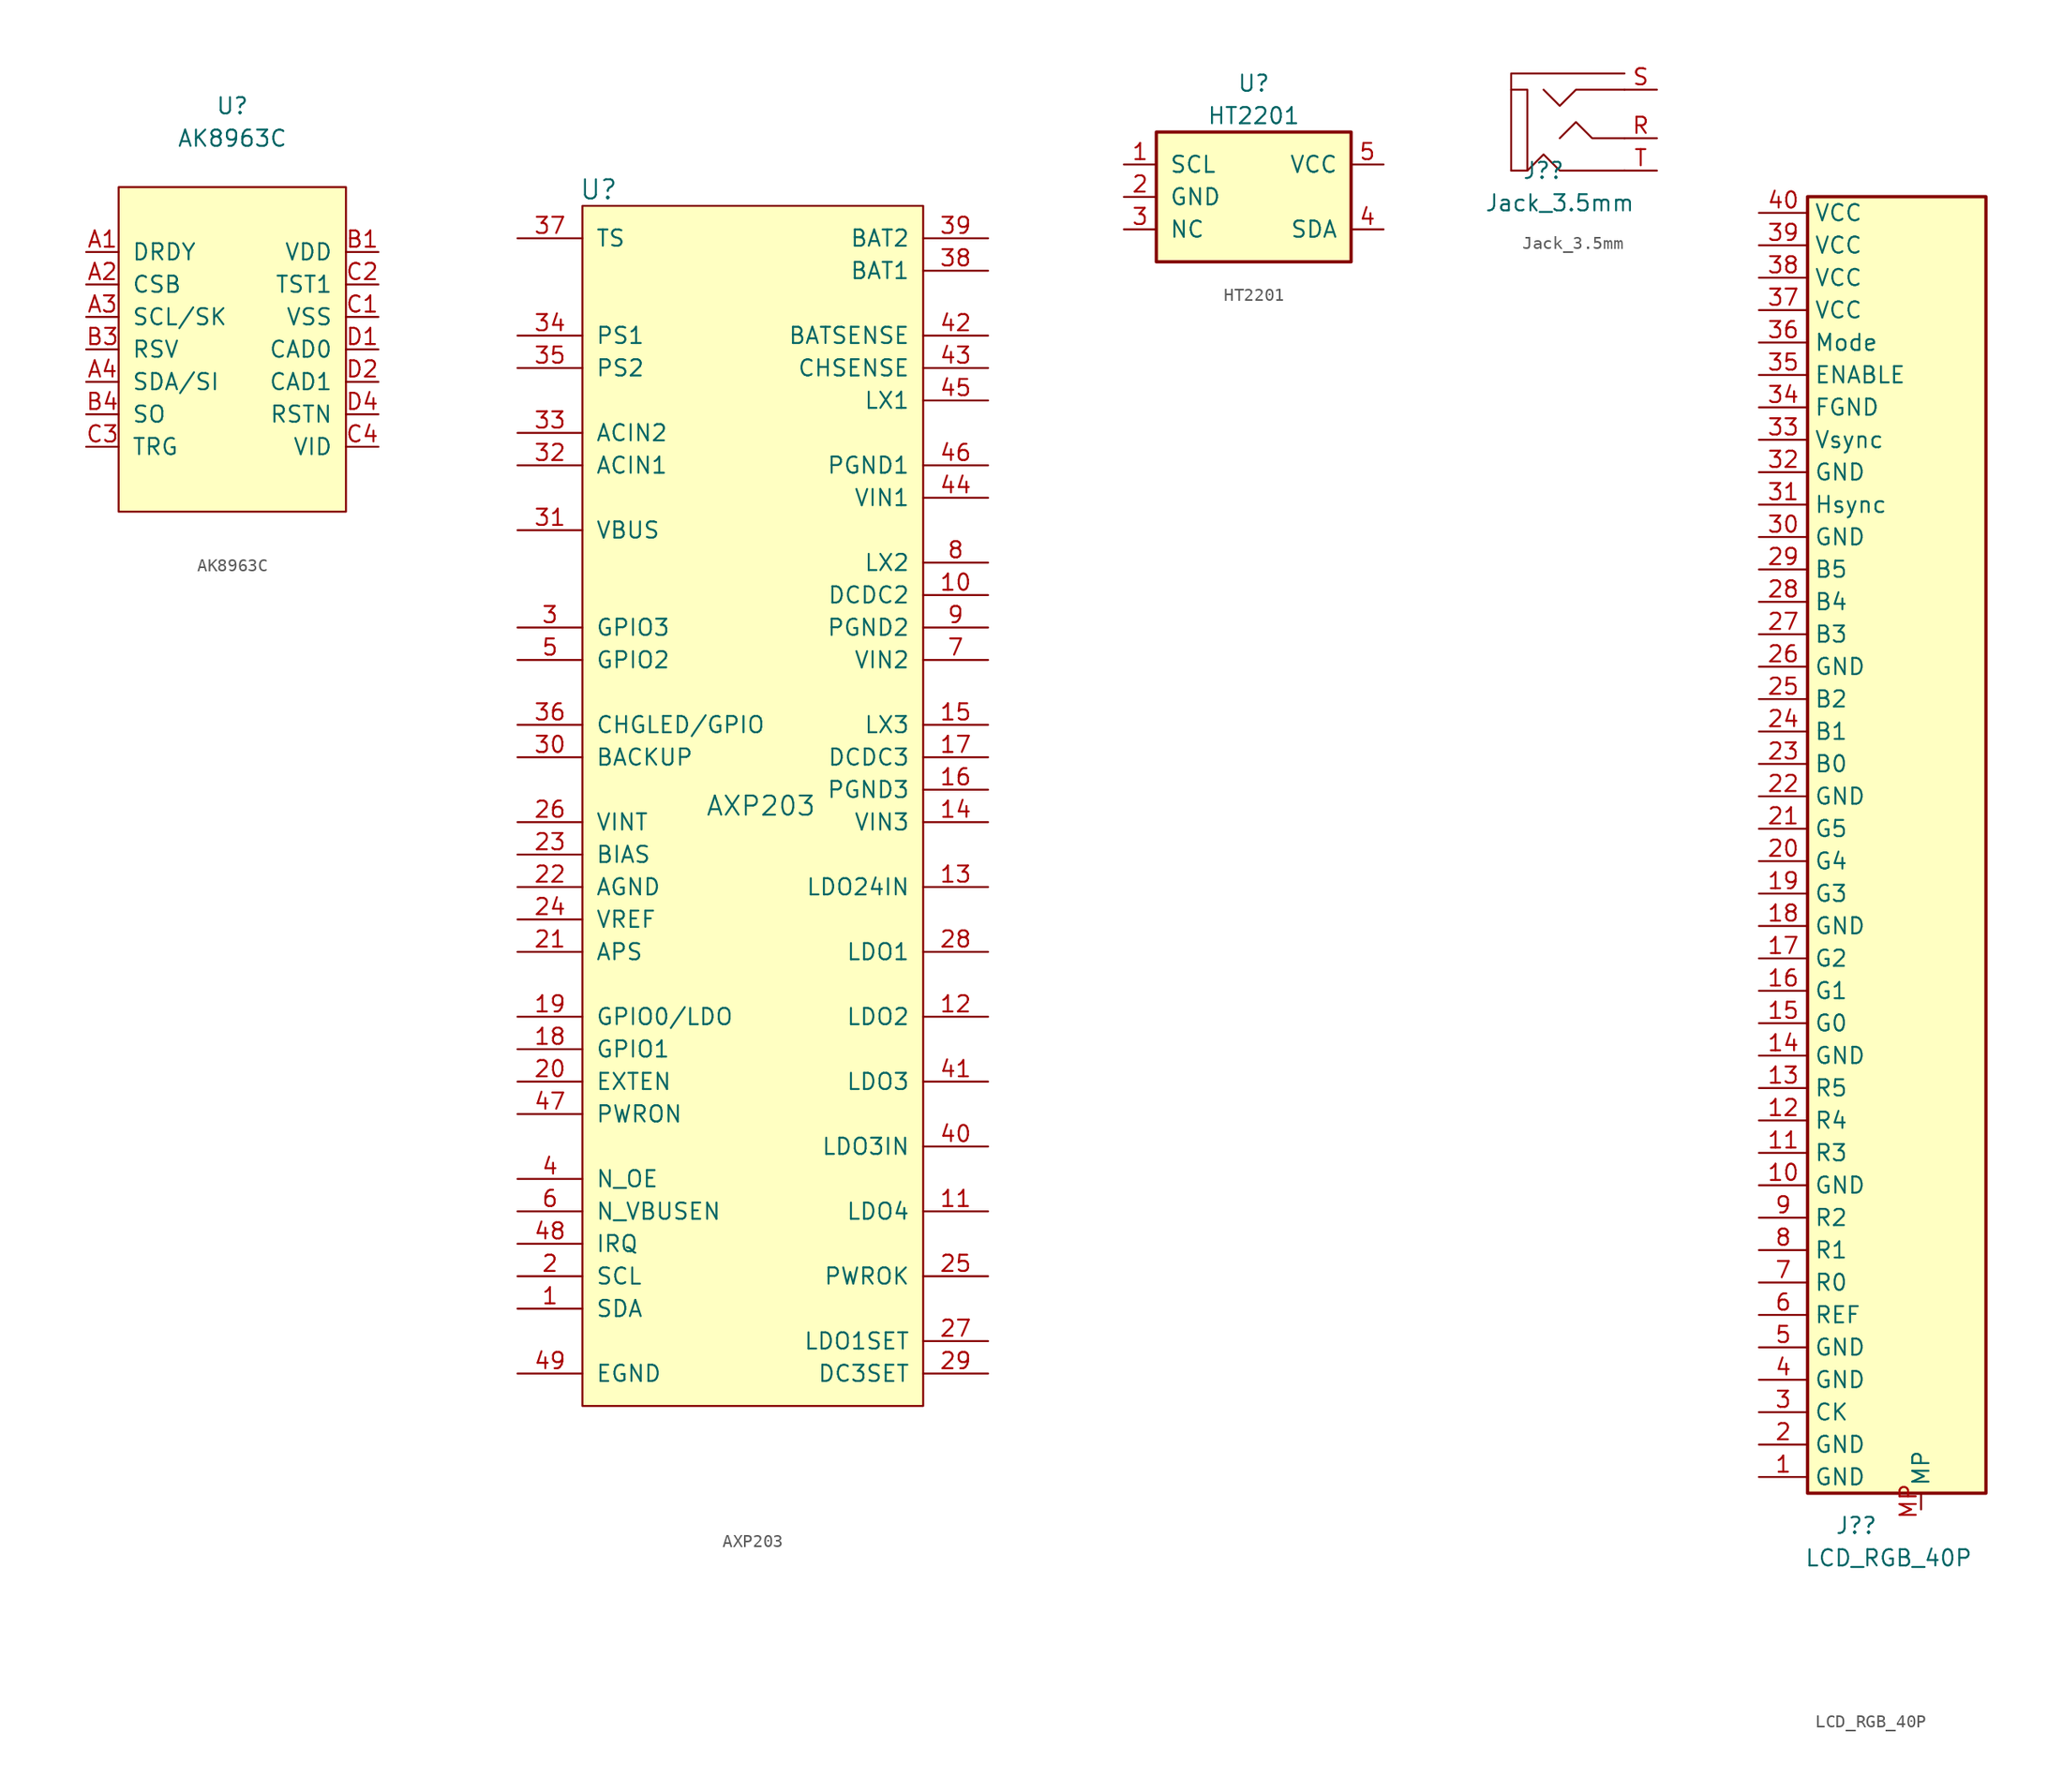
<source format=kicad_sym>
(kicad_symbol_lib
  (version 20201005)
  (generator kicad_symbol_editor)
  (symbol "xfdr0805:AK8963C"
    (pin_names
      (offset 1.016))
    (property "Reference" "U"
      (at 0 19.05 0)
      (effects (font (size 1.27 1.27))))
    (property "Value" "AK8963C"
      (at 0 16.51 0)
      (effects (font (size 1.27 1.27))))
    (symbol "AK8963C_0_1"
      (rectangle (start -8.89 12.7) (end 8.89 -12.7) (stroke (width 0)) (fill (type background))))
    (symbol "AK8963C_1_1"
      (pin input line (at -11.43 7.62 0) (length 2.54) (name "DRDY" (effects (font (size 1.27 1.27)))) (number "A1" (effects (font (size 1.27 1.27)))))
      (pin input line (at -11.43 5.08 0) (length 2.54) (name "CSB" (effects (font (size 1.27 1.27)))) (number "A2" (effects (font (size 1.27 1.27)))))
      (pin input line (at -11.43 2.54 0) (length 2.54) (name "SCL/SK" (effects (font (size 1.27 1.27)))) (number "A3" (effects (font (size 1.27 1.27)))))
      (pin input line (at -11.43 -2.54 0) (length 2.54) (name "SDA/SI" (effects (font (size 1.27 1.27)))) (number "A4" (effects (font (size 1.27 1.27)))))
      (pin input line (at 11.43 7.62 180) (length 2.54) (name "VDD" (effects (font (size 1.27 1.27)))) (number "B1" (effects (font (size 1.27 1.27)))))
      (pin input line (at -11.43 0 0) (length 2.54) (name "RSV" (effects (font (size 1.27 1.27)))) (number "B3" (effects (font (size 1.27 1.27)))))
      (pin input line (at -11.43 -5.08 0) (length 2.54) (name "SO" (effects (font (size 1.27 1.27)))) (number "B4" (effects (font (size 1.27 1.27)))))
      (pin input line (at 11.43 2.54 180) (length 2.54) (name "VSS" (effects (font (size 1.27 1.27)))) (number "C1" (effects (font (size 1.27 1.27)))))
      (pin input line (at 11.43 5.08 180) (length 2.54) (name "TST1" (effects (font (size 1.27 1.27)))) (number "C2" (effects (font (size 1.27 1.27)))))
      (pin input line (at -11.43 -7.62 0) (length 2.54) (name "TRG" (effects (font (size 1.27 1.27)))) (number "C3" (effects (font (size 1.27 1.27)))))
      (pin input line (at 11.43 -7.62 180) (length 2.54) (name "VID" (effects (font (size 1.27 1.27)))) (number "C4" (effects (font (size 1.27 1.27)))))
      (pin input line (at 11.43 0 180) (length 2.54) (name "CAD0" (effects (font (size 1.27 1.27)))) (number "D1" (effects (font (size 1.27 1.27)))))
      (pin input line (at 11.43 -2.54 180) (length 2.54) (name "CAD1" (effects (font (size 1.27 1.27)))) (number "D2" (effects (font (size 1.27 1.27)))))
      (pin input line (at 11.43 -5.08 180) (length 2.54) (name "RSTN" (effects (font (size 1.27 1.27)))) (number "D4" (effects (font (size 1.27 1.27)))))))
  (symbol "xfdr0805:AXP203"
    (pin_names
      (offset 1.016))
    (property "Reference" "U"
      (at -12.7 46.99 0)
      (effects (font (size 1.499 1.499))))
    (property "Value" "AXP203"
      (at 0 -1.27 0)
      (effects (font (size 1.499 1.499))))
    (symbol "AXP203_0_1"
      (rectangle (start -13.97 45.72) (end 12.7 -48.26) (stroke (width 0)) (fill (type background))))
    (symbol "AXP203_1_0"
      (pin bidirectional line (at -19.05 -40.64 0) (length 5.08) (name "SDA" (effects (font (size 1.27 1.27)))) (number "1" (effects (font (size 1.27 1.27)))))
      (pin power_in line (at 17.78 15.24 180) (length 5.08) (name "DCDC2" (effects (font (size 1.27 1.27)))) (number "10" (effects (font (size 1.27 1.27)))))
      (pin power_out line (at 17.78 -33.02 180) (length 5.08) (name "LDO4" (effects (font (size 1.27 1.27)))) (number "11" (effects (font (size 1.27 1.27)))))
      (pin power_out line (at 17.78 -17.78 180) (length 5.08) (name "LDO2" (effects (font (size 1.27 1.27)))) (number "12" (effects (font (size 1.27 1.27)))))
      (pin power_in line (at 17.78 -7.62 180) (length 5.08) (name "LDO24IN" (effects (font (size 1.27 1.27)))) (number "13" (effects (font (size 1.27 1.27)))))
      (pin power_in line (at 17.78 -2.54 180) (length 5.08) (name "VIN3" (effects (font (size 1.27 1.27)))) (number "14" (effects (font (size 1.27 1.27)))))
      (pin power_in line (at 17.78 5.08 180) (length 5.08) (name "LX3" (effects (font (size 1.27 1.27)))) (number "15" (effects (font (size 1.27 1.27)))))
      (pin power_in line (at 17.78 0 180) (length 5.08) (name "PGND3" (effects (font (size 1.27 1.27)))) (number "16" (effects (font (size 1.27 1.27)))))
      (pin power_in line (at 17.78 2.54 180) (length 5.08) (name "DCDC3" (effects (font (size 1.27 1.27)))) (number "17" (effects (font (size 1.27 1.27)))))
      (pin bidirectional line (at -19.05 -20.32 0) (length 5.08) (name "GPIO1" (effects (font (size 1.27 1.27)))) (number "18" (effects (font (size 1.27 1.27)))))
      (pin bidirectional line (at -19.05 -17.78 0) (length 5.08) (name "GPIO0/LDO" (effects (font (size 1.27 1.27)))) (number "19" (effects (font (size 1.27 1.27)))))
      (pin input line (at -19.05 -38.1 0) (length 5.08) (name "SCL" (effects (font (size 1.27 1.27)))) (number "2" (effects (font (size 1.27 1.27)))))
      (pin input line (at -19.05 -22.86 0) (length 5.08) (name "EXTEN" (effects (font (size 1.27 1.27)))) (number "20" (effects (font (size 1.27 1.27)))))
      (pin unspecified line (at -19.05 -12.7 0) (length 5.08) (name "APS" (effects (font (size 1.27 1.27)))) (number "21" (effects (font (size 1.27 1.27)))))
      (pin power_in line (at -19.05 -7.62 0) (length 5.08) (name "AGND" (effects (font (size 1.27 1.27)))) (number "22" (effects (font (size 1.27 1.27)))))
      (pin unspecified line (at -19.05 -5.08 0) (length 5.08) (name "BIAS" (effects (font (size 1.27 1.27)))) (number "23" (effects (font (size 1.27 1.27)))))
      (pin unspecified line (at -19.05 -10.16 0) (length 5.08) (name "VREF" (effects (font (size 1.27 1.27)))) (number "24" (effects (font (size 1.27 1.27)))))
      (pin output line (at 17.78 -38.1 180) (length 5.08) (name "PWROK" (effects (font (size 1.27 1.27)))) (number "25" (effects (font (size 1.27 1.27)))))
      (pin unspecified line (at -19.05 -2.54 0) (length 5.08) (name "VINT" (effects (font (size 1.27 1.27)))) (number "26" (effects (font (size 1.27 1.27)))))
      (pin input line (at 17.78 -43.18 180) (length 5.08) (name "LDO1SET" (effects (font (size 1.27 1.27)))) (number "27" (effects (font (size 1.27 1.27)))))
      (pin power_out line (at 17.78 -12.7 180) (length 5.08) (name "LDO1" (effects (font (size 1.27 1.27)))) (number "28" (effects (font (size 1.27 1.27)))))
      (pin input line (at 17.78 -45.72 180) (length 5.08) (name "DC3SET" (effects (font (size 1.27 1.27)))) (number "29" (effects (font (size 1.27 1.27)))))
      (pin bidirectional line (at -19.05 12.7 0) (length 5.08) (name "GPIO3" (effects (font (size 1.27 1.27)))) (number "3" (effects (font (size 1.27 1.27)))))
      (pin unspecified line (at -19.05 2.54 0) (length 5.08) (name "BACKUP" (effects (font (size 1.27 1.27)))) (number "30" (effects (font (size 1.27 1.27)))))
      (pin power_in line (at -19.05 20.32 0) (length 5.08) (name "VBUS" (effects (font (size 1.27 1.27)))) (number "31" (effects (font (size 1.27 1.27)))))
      (pin bidirectional line (at -19.05 5.08 0) (length 5.08) (name "CHGLED/GPIO" (effects (font (size 1.27 1.27)))) (number "36" (effects (font (size 1.27 1.27)))))
      (pin power_in line (at 17.78 40.64 180) (length 5.08) (name "BAT1" (effects (font (size 1.27 1.27)))) (number "38" (effects (font (size 1.27 1.27)))))
      (pin power_in line (at 17.78 43.18 180) (length 5.08) (name "BAT2" (effects (font (size 1.27 1.27)))) (number "39" (effects (font (size 1.27 1.27)))))
      (pin output line (at -19.05 -30.48 0) (length 5.08) (name "N_OE" (effects (font (size 1.27 1.27)))) (number "4" (effects (font (size 1.27 1.27)))))
      (pin power_in line (at 17.78 -27.94 180) (length 5.08) (name "LDO3IN" (effects (font (size 1.27 1.27)))) (number "40" (effects (font (size 1.27 1.27)))))
      (pin power_out line (at 17.78 -22.86 180) (length 5.08) (name "LDO3" (effects (font (size 1.27 1.27)))) (number "41" (effects (font (size 1.27 1.27)))))
      (pin input line (at 17.78 35.56 180) (length 5.08) (name "BATSENSE" (effects (font (size 1.27 1.27)))) (number "42" (effects (font (size 1.27 1.27)))))
      (pin input line (at 17.78 33.02 180) (length 5.08) (name "CHSENSE" (effects (font (size 1.27 1.27)))) (number "43" (effects (font (size 1.27 1.27)))))
      (pin power_in line (at 17.78 22.86 180) (length 5.08) (name "VIN1" (effects (font (size 1.27 1.27)))) (number "44" (effects (font (size 1.27 1.27)))))
      (pin power_in line (at 17.78 30.48 180) (length 5.08) (name "LX1" (effects (font (size 1.27 1.27)))) (number "45" (effects (font (size 1.27 1.27)))))
      (pin power_in line (at 17.78 25.4 180) (length 5.08) (name "PGND1" (effects (font (size 1.27 1.27)))) (number "46" (effects (font (size 1.27 1.27)))))
      (pin input line (at -19.05 -25.4 0) (length 5.08) (name "PWRON" (effects (font (size 1.27 1.27)))) (number "47" (effects (font (size 1.27 1.27)))))
      (pin output line (at -19.05 -35.56 0) (length 5.08) (name "IRQ" (effects (font (size 1.27 1.27)))) (number "48" (effects (font (size 1.27 1.27)))))
      (pin power_in line (at -19.05 -45.72 0) (length 5.08) (name "EGND" (effects (font (size 1.27 1.27)))) (number "49" (effects (font (size 1.27 1.27)))))
      (pin bidirectional line (at -19.05 10.16 0) (length 5.08) (name "GPIO2" (effects (font (size 1.27 1.27)))) (number "5" (effects (font (size 1.27 1.27)))))
      (pin output line (at -19.05 -33.02 0) (length 5.08) (name "N_VBUSEN" (effects (font (size 1.27 1.27)))) (number "6" (effects (font (size 1.27 1.27)))))
      (pin power_in line (at 17.78 10.16 180) (length 5.08) (name "VIN2" (effects (font (size 1.27 1.27)))) (number "7" (effects (font (size 1.27 1.27)))))
      (pin power_in line (at 17.78 17.78 180) (length 5.08) (name "LX2" (effects (font (size 1.27 1.27)))) (number "8" (effects (font (size 1.27 1.27)))))
      (pin power_in line (at 17.78 12.7 180) (length 5.08) (name "PGND2" (effects (font (size 1.27 1.27)))) (number "9" (effects (font (size 1.27 1.27))))))
    (symbol "AXP203_1_1"
      (pin power_in line (at -19.05 25.4 0) (length 5.08) (name "ACIN1" (effects (font (size 1.27 1.27)))) (number "32" (effects (font (size 1.27 1.27)))))
      (pin power_in line (at -19.05 27.94 0) (length 5.08) (name "ACIN2" (effects (font (size 1.27 1.27)))) (number "33" (effects (font (size 1.27 1.27)))))
      (pin unspecified line (at -19.05 35.56 0) (length 5.08) (name "PS1" (effects (font (size 1.27 1.27)))) (number "34" (effects (font (size 1.27 1.27)))))
      (pin unspecified line (at -19.05 33.02 0) (length 5.08) (name "PS2" (effects (font (size 1.27 1.27)))) (number "35" (effects (font (size 1.27 1.27)))))
      (pin input line (at -19.05 43.18 0) (length 5.08) (name "TS" (effects (font (size 1.27 1.27)))) (number "37" (effects (font (size 1.27 1.27)))))))
  (symbol "xfdr0805:HT2201"
    (pin_names
      (offset 1.016))
    (property "Reference" "U"
      (at 0 8.89 0)
      (effects (font (size 1.27 1.27))))
    (property "Value" "HT2201"
      (at 0 6.35 0)
      (effects (font (size 1.27 1.27))))
    (symbol "HT2201_1_1"
      (rectangle (start -7.62 5.08) (end 7.62 -5.08) (stroke (width 0.254)) (fill (type background)))
      (pin input line (at -10.16 2.54 0) (length 2.54) (name "SCL" (effects (font (size 1.27 1.27)))) (number "1" (effects (font (size 1.27 1.27)))))
      (pin power_in line (at -10.16 0 0) (length 2.54) (name "GND" (effects (font (size 1.27 1.27)))) (number "2" (effects (font (size 1.27 1.27)))))
      (pin passive line (at -10.16 -2.54 0) (length 2.54) (name "NC" (effects (font (size 1.27 1.27)))) (number "3" (effects (font (size 1.27 1.27)))))
      (pin bidirectional line (at 10.16 -2.54 180) (length 2.54) (name "SDA" (effects (font (size 1.27 1.27)))) (number "4" (effects (font (size 1.27 1.27)))))
      (pin power_in line (at 10.16 2.54 180) (length 2.54) (name "VCC" (effects (font (size 1.27 1.27)))) (number "5" (effects (font (size 1.27 1.27)))))))
  (symbol "xfdr0805:Jack_3.5mm"
    (property "Reference" "J?"
      (at 2.54 -2.54 0)
      (effects (font (size 1.27 1.27))))
    (property "Value" "Jack_3.5mm"
      (at 3.81 -5.08 0)
      (effects (font (size 1.27 1.27))))
    (symbol "Jack_3.5mm_0_1"
      (polyline (pts (xy 0 -2.54) (xy 0 5.08) (xy 8.89 5.08)) (stroke (width 0.152)) (fill (type none)))
      (polyline (pts (xy 0 -2.54) (xy 1.27 -2.54) (xy 1.27 3.81) (xy 0 3.81)) (stroke (width 0.152)) (fill (type none)))
      (polyline (pts (xy 1.27 -2.54) (xy 2.54 -1.27) (xy 3.81 -2.54) (xy 8.89 -2.54)) (stroke (width 0.152)) (fill (type none)))
      (polyline (pts (xy 2.54 3.81) (xy 3.81 2.54) (xy 5.08 3.81) (xy 8.89 3.81)) (stroke (width 0.152)) (fill (type none)))
      (polyline (pts (xy 3.81 0) (xy 5.08 1.27) (xy 6.35 0) (xy 8.89 0)) (stroke (width 0.152)) (fill (type none))))
    (symbol "Jack_3.5mm_1_1"
      (pin passive line (at 11.43 0 180) (length 2.54) (name "~" (effects (font (size 1.27 1.27)))) (number "R" (effects (font (size 1.27 1.27)))))
      (pin passive line (at 11.43 3.81 180) (length 2.54) (name "~" (effects (font (size 1.27 1.27)))) (number "S" (effects (font (size 1.27 1.27)))))
      (pin passive line (at 11.43 -2.54 180) (length 2.54) (name "~" (effects (font (size 1.27 1.27)))) (number "T" (effects (font (size 1.27 1.27)))))))
  (symbol "xfdr0805:LCD_RGB_40P"
    (property "Reference" "J?"
      (at 3.81 -2.54 0)
      (effects (font (size 1.27 1.27))))
    (property "Value" "LCD_RGB_40P"
      (at 6.35 -5.08 0)
      (effects (font (size 1.27 1.27))))
    (symbol "LCD_RGB_40P_1_1"
      (rectangle (start 0 101.6) (end 13.97 0) (stroke (width 0.254)) (fill (type background)))
      (pin passive line (at -3.81 1.27 0) (length 3.81) (name "GND" (effects (font (size 1.27 1.27)))) (number "1" (effects (font (size 1.27 1.27)))))
      (pin passive line (at -3.81 24.13 0) (length 3.81) (name "GND" (effects (font (size 1.27 1.27)))) (number "10" (effects (font (size 1.27 1.27)))))
      (pin passive line (at -3.81 26.67 0) (length 3.81) (name "R3" (effects (font (size 1.27 1.27)))) (number "11" (effects (font (size 1.27 1.27)))))
      (pin passive line (at -3.81 29.21 0) (length 3.81) (name "R4" (effects (font (size 1.27 1.27)))) (number "12" (effects (font (size 1.27 1.27)))))
      (pin passive line (at -3.81 31.75 0) (length 3.81) (name "R5" (effects (font (size 1.27 1.27)))) (number "13" (effects (font (size 1.27 1.27)))))
      (pin passive line (at -3.81 34.29 0) (length 3.81) (name "GND" (effects (font (size 1.27 1.27)))) (number "14" (effects (font (size 1.27 1.27)))))
      (pin passive line (at -3.81 36.83 0) (length 3.81) (name "G0" (effects (font (size 1.27 1.27)))) (number "15" (effects (font (size 1.27 1.27)))))
      (pin passive line (at -3.81 39.37 0) (length 3.81) (name "G1" (effects (font (size 1.27 1.27)))) (number "16" (effects (font (size 1.27 1.27)))))
      (pin passive line (at -3.81 41.91 0) (length 3.81) (name "G2" (effects (font (size 1.27 1.27)))) (number "17" (effects (font (size 1.27 1.27)))))
      (pin passive line (at -3.81 44.45 0) (length 3.81) (name "GND" (effects (font (size 1.27 1.27)))) (number "18" (effects (font (size 1.27 1.27)))))
      (pin passive line (at -3.81 46.99 0) (length 3.81) (name "G3" (effects (font (size 1.27 1.27)))) (number "19" (effects (font (size 1.27 1.27)))))
      (pin passive line (at -3.81 3.81 0) (length 3.81) (name "GND" (effects (font (size 1.27 1.27)))) (number "2" (effects (font (size 1.27 1.27)))))
      (pin passive line (at -3.81 49.53 0) (length 3.81) (name "G4" (effects (font (size 1.27 1.27)))) (number "20" (effects (font (size 1.27 1.27)))))
      (pin passive line (at -3.81 52.07 0) (length 3.81) (name "G5" (effects (font (size 1.27 1.27)))) (number "21" (effects (font (size 1.27 1.27)))))
      (pin passive line (at -3.81 54.61 0) (length 3.81) (name "GND" (effects (font (size 1.27 1.27)))) (number "22" (effects (font (size 1.27 1.27)))))
      (pin passive line (at -3.81 57.15 0) (length 3.81) (name "B0" (effects (font (size 1.27 1.27)))) (number "23" (effects (font (size 1.27 1.27)))))
      (pin passive line (at -3.81 59.69 0) (length 3.81) (name "B1" (effects (font (size 1.27 1.27)))) (number "24" (effects (font (size 1.27 1.27)))))
      (pin passive line (at -3.81 62.23 0) (length 3.81) (name "B2" (effects (font (size 1.27 1.27)))) (number "25" (effects (font (size 1.27 1.27)))))
      (pin passive line (at -3.81 64.77 0) (length 3.81) (name "GND" (effects (font (size 1.27 1.27)))) (number "26" (effects (font (size 1.27 1.27)))))
      (pin passive line (at -3.81 67.31 0) (length 3.81) (name "B3" (effects (font (size 1.27 1.27)))) (number "27" (effects (font (size 1.27 1.27)))))
      (pin passive line (at -3.81 69.85 0) (length 3.81) (name "B4" (effects (font (size 1.27 1.27)))) (number "28" (effects (font (size 1.27 1.27)))))
      (pin passive line (at -3.81 72.39 0) (length 3.81) (name "B5" (effects (font (size 1.27 1.27)))) (number "29" (effects (font (size 1.27 1.27)))))
      (pin passive line (at -3.81 6.35 0) (length 3.81) (name "CK" (effects (font (size 1.27 1.27)))) (number "3" (effects (font (size 1.27 1.27)))))
      (pin passive line (at -3.81 74.93 0) (length 3.81) (name "GND" (effects (font (size 1.27 1.27)))) (number "30" (effects (font (size 1.27 1.27)))))
      (pin passive line (at -3.81 77.47 0) (length 3.81) (name "Hsync" (effects (font (size 1.27 1.27)))) (number "31" (effects (font (size 1.27 1.27)))))
      (pin passive line (at -3.81 80.01 0) (length 3.81) (name "GND" (effects (font (size 1.27 1.27)))) (number "32" (effects (font (size 1.27 1.27)))))
      (pin passive line (at -3.81 82.55 0) (length 3.81) (name "Vsync" (effects (font (size 1.27 1.27)))) (number "33" (effects (font (size 1.27 1.27)))))
      (pin passive line (at -3.81 85.09 0) (length 3.81) (name "FGND" (effects (font (size 1.27 1.27)))) (number "34" (effects (font (size 1.27 1.27)))))
      (pin passive line (at -3.81 87.63 0) (length 3.81) (name "ENABLE" (effects (font (size 1.27 1.27)))) (number "35" (effects (font (size 1.27 1.27)))))
      (pin passive line (at -3.81 90.17 0) (length 3.81) (name "Mode" (effects (font (size 1.27 1.27)))) (number "36" (effects (font (size 1.27 1.27)))))
      (pin passive line (at -3.81 92.71 0) (length 3.81) (name "VCC" (effects (font (size 1.27 1.27)))) (number "37" (effects (font (size 1.27 1.27)))))
      (pin passive line (at -3.81 95.25 0) (length 3.81) (name "VCC" (effects (font (size 1.27 1.27)))) (number "38" (effects (font (size 1.27 1.27)))))
      (pin passive line (at -3.81 97.79 0) (length 3.81) (name "VCC" (effects (font (size 1.27 1.27)))) (number "39" (effects (font (size 1.27 1.27)))))
      (pin passive line (at -3.81 8.89 0) (length 3.81) (name "GND" (effects (font (size 1.27 1.27)))) (number "4" (effects (font (size 1.27 1.27)))))
      (pin passive line (at -3.81 100.33 0) (length 3.81) (name "VCC" (effects (font (size 1.27 1.27)))) (number "40" (effects (font (size 1.27 1.27)))))
      (pin passive line (at -3.81 11.43 0) (length 3.81) (name "GND" (effects (font (size 1.27 1.27)))) (number "5" (effects (font (size 1.27 1.27)))))
      (pin passive line (at -3.81 13.97 0) (length 3.81) (name "REF" (effects (font (size 1.27 1.27)))) (number "6" (effects (font (size 1.27 1.27)))))
      (pin passive line (at -3.81 16.51 0) (length 3.81) (name "R0" (effects (font (size 1.27 1.27)))) (number "7" (effects (font (size 1.27 1.27)))))
      (pin passive line (at -3.81 19.05 0) (length 3.81) (name "R1" (effects (font (size 1.27 1.27)))) (number "8" (effects (font (size 1.27 1.27)))))
      (pin passive line (at -3.81 21.59 0) (length 3.81) (name "R2" (effects (font (size 1.27 1.27)))) (number "9" (effects (font (size 1.27 1.27)))))
      (pin passive line (at 8.89 -1.27 90) (length 1.27) (name "MP" (effects (font (size 1.27 1.27)))) (number "MP" (effects (font (size 1.27 1.27))))))))
</source>
